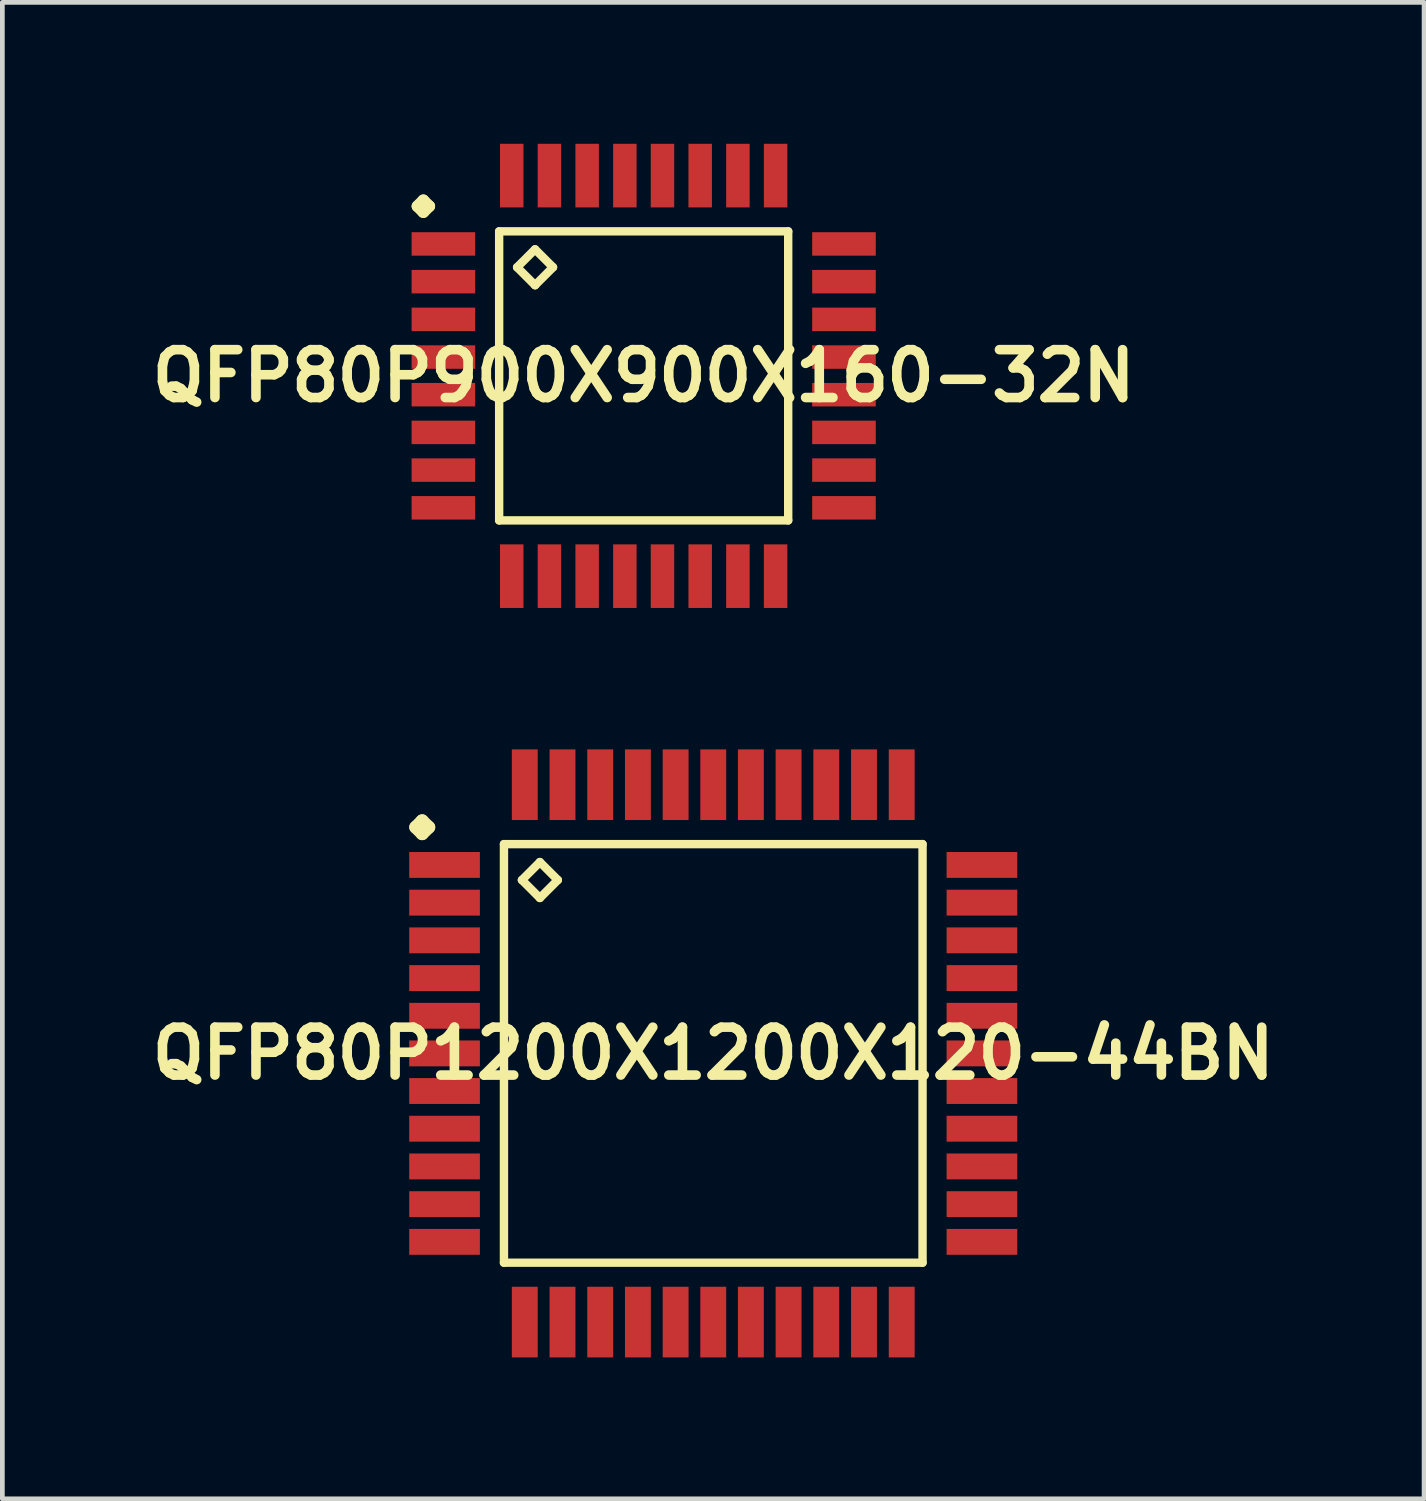
<source format=kicad_pcb>
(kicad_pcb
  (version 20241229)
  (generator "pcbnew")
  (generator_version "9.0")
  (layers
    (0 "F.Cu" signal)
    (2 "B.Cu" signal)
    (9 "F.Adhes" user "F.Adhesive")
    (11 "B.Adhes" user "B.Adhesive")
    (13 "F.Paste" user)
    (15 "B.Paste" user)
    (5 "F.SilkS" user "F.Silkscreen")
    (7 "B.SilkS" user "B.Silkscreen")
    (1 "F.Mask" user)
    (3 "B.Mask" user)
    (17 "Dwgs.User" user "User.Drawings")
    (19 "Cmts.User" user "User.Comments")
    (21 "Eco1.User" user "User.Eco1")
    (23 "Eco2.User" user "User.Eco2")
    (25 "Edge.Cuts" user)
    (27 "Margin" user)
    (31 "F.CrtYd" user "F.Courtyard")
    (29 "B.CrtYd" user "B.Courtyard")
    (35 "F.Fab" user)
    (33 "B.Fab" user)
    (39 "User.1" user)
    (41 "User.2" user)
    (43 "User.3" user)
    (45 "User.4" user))
  (footprint "QFP80P1200X1200X120-44BN"
    (layer "F.Cu")
    (at 12.081 19.297)
    (property "Reference" "QFP80P1200X1200X120-44BN" (at 0 0 0) (layer "F.SilkS") (effects (font (size 1.016 1.016) (thickness 0.203))))
    (attr smd)
    (fp_line (start -6.312 -4.798) (end -6.175 -4.935) (stroke (width 0.274) (type solid)) (layer "F.SilkS"))
    (fp_line (start -6.175 -4.935) (end -6.035 -4.798) (stroke (width 0.274) (type solid)) (layer "F.SilkS"))
    (fp_line (start -6.175 -4.661) (end -6.312 -4.798) (stroke (width 0.274) (type solid)) (layer "F.SilkS"))
    (fp_line (start -6.035 -4.798) (end -6.175 -4.661) (stroke (width 0.274) (type solid)) (layer "F.SilkS"))
    (fp_line (start -4.44 -4.44) (end -4.44 4.44) (stroke (width 0.178) (type solid)) (layer "F.SilkS"))
    (fp_line (start -4.44 4.44) (end 4.44 4.44) (stroke (width 0.178) (type solid)) (layer "F.SilkS"))
    (fp_line (start -4.059 -3.678) (end -3.678 -4.059) (stroke (width 0.178) (type solid)) (layer "F.SilkS"))
    (fp_line (start -3.678 -4.059) (end -3.297 -3.678) (stroke (width 0.178) (type solid)) (layer "F.SilkS"))
    (fp_line (start -3.678 -3.297) (end -4.059 -3.678) (stroke (width 0.178) (type solid)) (layer "F.SilkS"))
    (fp_line (start -3.297 -3.678) (end -3.678 -3.297) (stroke (width 0.178) (type solid)) (layer "F.SilkS"))
    (fp_line (start 4.44 -4.44) (end -4.44 -4.44) (stroke (width 0.178) (type solid)) (layer "F.SilkS"))
    (fp_line (start 4.44 4.44) (end 4.44 -4.44) (stroke (width 0.178) (type solid)) (layer "F.SilkS"))
    (pad "1" smd rect (at -5.7 -3.998) (size 1.499 0.549) (layers "F.Cu" "F.Mask" "F.Paste"))
    (pad "2" smd rect (at -5.7 -3.198) (size 1.499 0.549) (layers "F.Cu" "F.Mask" "F.Paste"))
    (pad "3" smd rect (at -5.7 -2.398) (size 1.499 0.549) (layers "F.Cu" "F.Mask" "F.Paste"))
    (pad "4" smd rect (at -5.7 -1.598) (size 1.499 0.549) (layers "F.Cu" "F.Mask" "F.Paste"))
    (pad "5" smd rect (at -5.7 -0.798) (size 1.499 0.549) (layers "F.Cu" "F.Mask" "F.Paste"))
    (pad "6" smd rect (at -5.7 0) (size 1.499 0.549) (layers "F.Cu" "F.Mask" "F.Paste"))
    (pad "7" smd rect (at -5.7 0.798) (size 1.499 0.549) (layers "F.Cu" "F.Mask" "F.Paste"))
    (pad "8" smd rect (at -5.7 1.598) (size 1.499 0.549) (layers "F.Cu" "F.Mask" "F.Paste"))
    (pad "9" smd rect (at -5.7 2.398) (size 1.499 0.549) (layers "F.Cu" "F.Mask" "F.Paste"))
    (pad "10" smd rect (at -5.7 3.198) (size 1.499 0.549) (layers "F.Cu" "F.Mask" "F.Paste"))
    (pad "11" smd rect (at -5.7 3.998) (size 1.499 0.549) (layers "F.Cu" "F.Mask" "F.Paste"))
    (pad "12" smd rect (at -3.998 5.7) (size 0.549 1.499) (layers "F.Cu" "F.Mask" "F.Paste"))
    (pad "13" smd rect (at -3.198 5.7) (size 0.549 1.499) (layers "F.Cu" "F.Mask" "F.Paste"))
    (pad "14" smd rect (at -2.398 5.7) (size 0.549 1.499) (layers "F.Cu" "F.Mask" "F.Paste"))
    (pad "15" smd rect (at -1.598 5.7) (size 0.549 1.499) (layers "F.Cu" "F.Mask" "F.Paste"))
    (pad "16" smd rect (at -0.798 5.7) (size 0.549 1.499) (layers "F.Cu" "F.Mask" "F.Paste"))
    (pad "17" smd rect (at 0 5.7) (size 0.549 1.499) (layers "F.Cu" "F.Mask" "F.Paste"))
    (pad "18" smd rect (at 0.798 5.7) (size 0.549 1.499) (layers "F.Cu" "F.Mask" "F.Paste"))
    (pad "19" smd rect (at 1.598 5.7) (size 0.549 1.499) (layers "F.Cu" "F.Mask" "F.Paste"))
    (pad "20" smd rect (at 2.398 5.7) (size 0.549 1.499) (layers "F.Cu" "F.Mask" "F.Paste"))
    (pad "21" smd rect (at 3.198 5.7) (size 0.549 1.499) (layers "F.Cu" "F.Mask" "F.Paste"))
    (pad "22" smd rect (at 3.998 5.7) (size 0.549 1.499) (layers "F.Cu" "F.Mask" "F.Paste"))
    (pad "23" smd rect (at 5.7 3.998) (size 1.499 0.549) (layers "F.Cu" "F.Mask" "F.Paste"))
    (pad "24" smd rect (at 5.7 3.198) (size 1.499 0.549) (layers "F.Cu" "F.Mask" "F.Paste"))
    (pad "25" smd rect (at 5.7 2.398) (size 1.499 0.549) (layers "F.Cu" "F.Mask" "F.Paste"))
    (pad "26" smd rect (at 5.7 1.598) (size 1.499 0.549) (layers "F.Cu" "F.Mask" "F.Paste"))
    (pad "27" smd rect (at 5.7 0.798) (size 1.499 0.549) (layers "F.Cu" "F.Mask" "F.Paste"))
    (pad "28" smd rect (at 5.7 0) (size 1.499 0.549) (layers "F.Cu" "F.Mask" "F.Paste"))
    (pad "29" smd rect (at 5.7 -0.798) (size 1.499 0.549) (layers "F.Cu" "F.Mask" "F.Paste"))
    (pad "30" smd rect (at 5.7 -1.598) (size 1.499 0.549) (layers "F.Cu" "F.Mask" "F.Paste"))
    (pad "31" smd rect (at 5.7 -2.398) (size 1.499 0.549) (layers "F.Cu" "F.Mask" "F.Paste"))
    (pad "32" smd rect (at 5.7 -3.198) (size 1.499 0.549) (layers "F.Cu" "F.Mask" "F.Paste"))
    (pad "33" smd rect (at 5.7 -3.998) (size 1.499 0.549) (layers "F.Cu" "F.Mask" "F.Paste"))
    (pad "34" smd rect (at 3.998 -5.7) (size 0.549 1.499) (layers "F.Cu" "F.Mask" "F.Paste"))
    (pad "35" smd rect (at 3.198 -5.7) (size 0.549 1.499) (layers "F.Cu" "F.Mask" "F.Paste"))
    (pad "36" smd rect (at 2.398 -5.7) (size 0.549 1.499) (layers "F.Cu" "F.Mask" "F.Paste"))
    (pad "37" smd rect (at 1.598 -5.7) (size 0.549 1.499) (layers "F.Cu" "F.Mask" "F.Paste"))
    (pad "38" smd rect (at 0.798 -5.7) (size 0.549 1.499) (layers "F.Cu" "F.Mask" "F.Paste"))
    (pad "39" smd rect (at 0 -5.7) (size 0.549 1.499) (layers "F.Cu" "F.Mask" "F.Paste"))
    (pad "40" smd rect (at -0.798 -5.7) (size 0.549 1.499) (layers "F.Cu" "F.Mask" "F.Paste"))
    (pad "41" smd rect (at -1.598 -5.7) (size 0.549 1.499) (layers "F.Cu" "F.Mask" "F.Paste"))
    (pad "42" smd rect (at -2.398 -5.7) (size 0.549 1.499) (layers "F.Cu" "F.Mask" "F.Paste"))
    (pad "43" smd rect (at -3.198 -5.7) (size 0.549 1.499) (layers "F.Cu" "F.Mask" "F.Paste"))
    (pad "44" smd rect (at -3.998 -5.7) (size 0.549 1.499) (layers "F.Cu" "F.Mask" "F.Paste")))
  (footprint "QFP80P900X900X160-32N"
    (layer "F.Cu")
    (at 10.605 4.924)
    (property "Reference" "QFP80P900X900X160-32N" (at 0 0 0) (layer "F.SilkS") (effects (font (size 1.016 1.016) (thickness 0.203))))
    (attr smd)
    (fp_line (start -4.798 -3.599) (end -4.674 -3.724) (stroke (width 0.249) (type solid)) (layer "F.SilkS"))
    (fp_line (start -4.674 -3.724) (end -4.549 -3.599) (stroke (width 0.249) (type solid)) (layer "F.SilkS"))
    (fp_line (start -4.674 -3.475) (end -4.798 -3.599) (stroke (width 0.249) (type solid)) (layer "F.SilkS"))
    (fp_line (start -4.549 -3.599) (end -4.674 -3.475) (stroke (width 0.249) (type solid)) (layer "F.SilkS"))
    (fp_line (start -3.066 -3.066) (end -3.066 3.066) (stroke (width 0.178) (type solid)) (layer "F.SilkS"))
    (fp_line (start -3.066 3.066) (end 3.066 3.066) (stroke (width 0.178) (type solid)) (layer "F.SilkS"))
    (fp_line (start -2.685 -2.304) (end -2.304 -2.685) (stroke (width 0.178) (type solid)) (layer "F.SilkS"))
    (fp_line (start -2.304 -2.685) (end -1.923 -2.304) (stroke (width 0.178) (type solid)) (layer "F.SilkS"))
    (fp_line (start -2.304 -1.923) (end -2.685 -2.304) (stroke (width 0.178) (type solid)) (layer "F.SilkS"))
    (fp_line (start -1.923 -2.304) (end -2.304 -1.923) (stroke (width 0.178) (type solid)) (layer "F.SilkS"))
    (fp_line (start 3.066 -3.066) (end -3.066 -3.066) (stroke (width 0.178) (type solid)) (layer "F.SilkS"))
    (fp_line (start 3.066 3.066) (end 3.066 -3.066) (stroke (width 0.178) (type solid)) (layer "F.SilkS"))
    (pad "1" smd rect (at -4.249 -2.799) (size 1.349 0.498) (layers "F.Cu" "F.Mask" "F.Paste"))
    (pad "2" smd rect (at -4.249 -1.999) (size 1.349 0.498) (layers "F.Cu" "F.Mask" "F.Paste"))
    (pad "3" smd rect (at -4.249 -1.199) (size 1.349 0.498) (layers "F.Cu" "F.Mask" "F.Paste"))
    (pad "4" smd rect (at -4.249 -0.399) (size 1.349 0.498) (layers "F.Cu" "F.Mask" "F.Paste"))
    (pad "5" smd rect (at -4.249 0.399) (size 1.349 0.498) (layers "F.Cu" "F.Mask" "F.Paste"))
    (pad "6" smd rect (at -4.249 1.199) (size 1.349 0.498) (layers "F.Cu" "F.Mask" "F.Paste"))
    (pad "7" smd rect (at -4.249 1.999) (size 1.349 0.498) (layers "F.Cu" "F.Mask" "F.Paste"))
    (pad "8" smd rect (at -4.249 2.799) (size 1.349 0.498) (layers "F.Cu" "F.Mask" "F.Paste"))
    (pad "9" smd rect (at -2.799 4.249) (size 0.498 1.349) (layers "F.Cu" "F.Mask" "F.Paste"))
    (pad "10" smd rect (at -1.999 4.249) (size 0.498 1.349) (layers "F.Cu" "F.Mask" "F.Paste"))
    (pad "11" smd rect (at -1.199 4.249) (size 0.498 1.349) (layers "F.Cu" "F.Mask" "F.Paste"))
    (pad "12" smd rect (at -0.399 4.249) (size 0.498 1.349) (layers "F.Cu" "F.Mask" "F.Paste"))
    (pad "13" smd rect (at 0.399 4.249) (size 0.498 1.349) (layers "F.Cu" "F.Mask" "F.Paste"))
    (pad "14" smd rect (at 1.199 4.249) (size 0.498 1.349) (layers "F.Cu" "F.Mask" "F.Paste"))
    (pad "15" smd rect (at 1.999 4.249) (size 0.498 1.349) (layers "F.Cu" "F.Mask" "F.Paste"))
    (pad "16" smd rect (at 2.799 4.249) (size 0.498 1.349) (layers "F.Cu" "F.Mask" "F.Paste"))
    (pad "17" smd rect (at 4.249 2.799) (size 1.349 0.498) (layers "F.Cu" "F.Mask" "F.Paste"))
    (pad "18" smd rect (at 4.249 1.999) (size 1.349 0.498) (layers "F.Cu" "F.Mask" "F.Paste"))
    (pad "19" smd rect (at 4.249 1.199) (size 1.349 0.498) (layers "F.Cu" "F.Mask" "F.Paste"))
    (pad "20" smd rect (at 4.249 0.399) (size 1.349 0.498) (layers "F.Cu" "F.Mask" "F.Paste"))
    (pad "21" smd rect (at 4.249 -0.399) (size 1.349 0.498) (layers "F.Cu" "F.Mask" "F.Paste"))
    (pad "22" smd rect (at 4.249 -1.199) (size 1.349 0.498) (layers "F.Cu" "F.Mask" "F.Paste"))
    (pad "23" smd rect (at 4.249 -1.999) (size 1.349 0.498) (layers "F.Cu" "F.Mask" "F.Paste"))
    (pad "24" smd rect (at 4.249 -2.799) (size 1.349 0.498) (layers "F.Cu" "F.Mask" "F.Paste"))
    (pad "25" smd rect (at 2.799 -4.249) (size 0.498 1.349) (layers "F.Cu" "F.Mask" "F.Paste"))
    (pad "26" smd rect (at 1.999 -4.249) (size 0.498 1.349) (layers "F.Cu" "F.Mask" "F.Paste"))
    (pad "27" smd rect (at 1.199 -4.249) (size 0.498 1.349) (layers "F.Cu" "F.Mask" "F.Paste"))
    (pad "28" smd rect (at 0.399 -4.249) (size 0.498 1.349) (layers "F.Cu" "F.Mask" "F.Paste"))
    (pad "29" smd rect (at -0.399 -4.249) (size 0.498 1.349) (layers "F.Cu" "F.Mask" "F.Paste"))
    (pad "30" smd rect (at -1.199 -4.249) (size 0.498 1.349) (layers "F.Cu" "F.Mask" "F.Paste"))
    (pad "31" smd rect (at -1.999 -4.249) (size 0.498 1.349) (layers "F.Cu" "F.Mask" "F.Paste"))
    (pad "32" smd rect (at -2.799 -4.249) (size 0.498 1.349) (layers "F.Cu" "F.Mask" "F.Paste")))
  (gr_rect
    (start -3 -3)
    (end 27.161 28.746)
    (stroke (width 0.1) (type default))
    (fill no)
    (layer "Edge.Cuts")))
</source>
